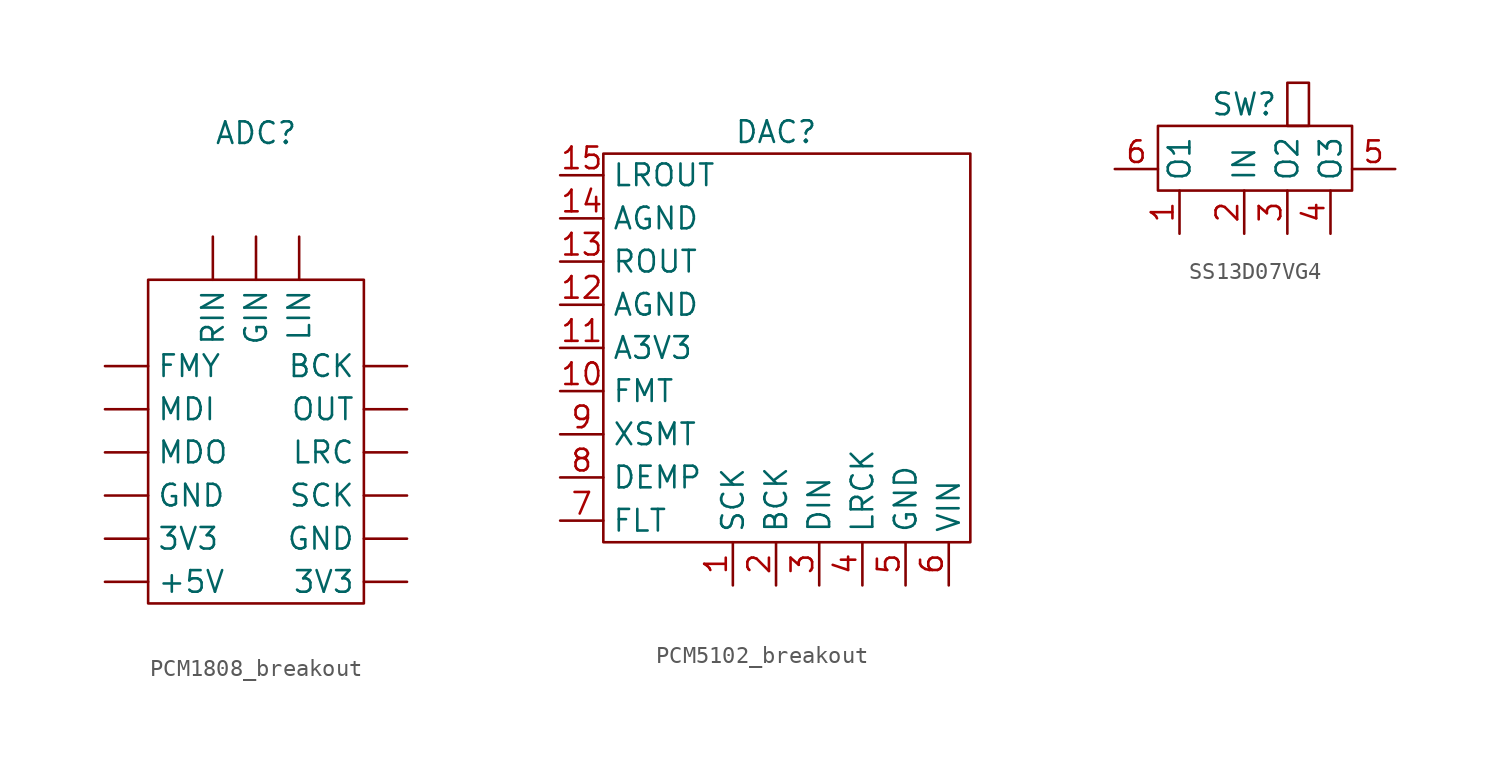
<source format=kicad_sym>
(kicad_symbol_lib
  (version 20231120)
  (generator "kicad_symbol_editor")
  (generator_version "8.0")
  (symbol "PCM1808_breakout"
    (property "Reference" "ADC"
      (at 0 7.366 0)
      (effects (font (size 1.27 1.27))))
    (property "Value" ""
      (at 0 0 0)
      (effects (font (size 1.27 1.27))))
    (symbol "PCM1808_breakout_0_1"
      (rectangle (start 6.35 -20.32) (end -6.35 -1.27) (stroke (width 0) (type default)) (fill (type none))))
    (symbol "PCM1808_breakout_1_1"
      (pin power_in line (at -8.89 -19.05 0) (length 2.54) (name "+5V" (effects (font (size 1.27 1.27)))) (number "" (effects (font (size 1.27 1.27)))))
      (pin power_in line (at -8.89 -16.51 0) (length 2.54) (name "3V3" (effects (font (size 1.27 1.27)))) (number "" (effects (font (size 1.27 1.27)))))
      (pin power_in line (at 8.89 -19.05 180) (length 2.54) (name "3V3" (effects (font (size 1.27 1.27)))) (number "" (effects (font (size 1.27 1.27)))))
      (pin output line (at 8.89 -6.35 180) (length 2.54) (name "BCK" (effects (font (size 1.27 1.27)))) (number "" (effects (font (size 1.27 1.27)))))
      (pin input line (at -8.89 -6.35 0) (length 2.54) (name "FMY" (effects (font (size 1.27 1.27)))) (number "" (effects (font (size 1.27 1.27)))))
      (pin input line (at 0 1.27 270) (length 2.54) (name "GIN" (effects (font (size 1.27 1.27)))) (number "" (effects (font (size 1.27 1.27)))))
      (pin power_in line (at -8.89 -13.97 0) (length 2.54) (name "GND" (effects (font (size 1.27 1.27)))) (number "" (effects (font (size 1.27 1.27)))))
      (pin power_in line (at 8.89 -16.51 180) (length 2.54) (name "GND" (effects (font (size 1.27 1.27)))) (number "" (effects (font (size 1.27 1.27)))))
      (pin input line (at 2.54 1.27 270) (length 2.54) (name "LIN" (effects (font (size 1.27 1.27)))) (number "" (effects (font (size 1.27 1.27)))))
      (pin output line (at 8.89 -11.43 180) (length 2.54) (name "LRC" (effects (font (size 1.27 1.27)))) (number "" (effects (font (size 1.27 1.27)))))
      (pin input line (at -8.89 -8.89 0) (length 2.54) (name "MDI" (effects (font (size 1.27 1.27)))) (number "" (effects (font (size 1.27 1.27)))))
      (pin output line (at -8.89 -11.43 0) (length 2.54) (name "MDO" (effects (font (size 1.27 1.27)))) (number "" (effects (font (size 1.27 1.27)))))
      (pin output line (at 8.89 -8.89 180) (length 2.54) (name "OUT" (effects (font (size 1.27 1.27)))) (number "" (effects (font (size 1.27 1.27)))))
      (pin input line (at -2.54 1.27 270) (length 2.54) (name "RIN" (effects (font (size 1.27 1.27)))) (number "" (effects (font (size 1.27 1.27)))))
      (pin output line (at 8.89 -13.97 180) (length 2.54) (name "SCK" (effects (font (size 1.27 1.27)))) (number "" (effects (font (size 1.27 1.27)))))))
  (symbol "PCM5102_breakout"
    (property "Reference" "DAC"
      (at 0 0 0)
      (effects (font (size 1.27 1.27))))
    (property "Value" ""
      (at 0 0 0)
      (effects (font (size 1.27 1.27))))
    (symbol "PCM5102_breakout_0_1"
      (rectangle (start -10.16 -1.27) (end 11.43 -24.13) (stroke (width 0) (type default)) (fill (type none))))
    (symbol "PCM5102_breakout_1_1"
      (pin input line (at -2.54 -26.67 90) (length 2.54) (name "SCK" (effects (font (size 1.27 1.27)))) (number "1" (effects (font (size 1.27 1.27)))))
      (pin input line (at -12.7 -15.24 0) (length 2.54) (name "FMT" (effects (font (size 1.27 1.27)))) (number "10" (effects (font (size 1.27 1.27)))))
      (pin power_in line (at -12.7 -12.7 0) (length 2.54) (name "A3V3" (effects (font (size 1.27 1.27)))) (number "11" (effects (font (size 1.27 1.27)))))
      (pin power_in line (at -12.7 -10.16 0) (length 2.54) (name "AGND" (effects (font (size 1.27 1.27)))) (number "12" (effects (font (size 1.27 1.27)))))
      (pin output line (at -12.7 -7.62 0) (length 2.54) (name "ROUT" (effects (font (size 1.27 1.27)))) (number "13" (effects (font (size 1.27 1.27)))))
      (pin power_in line (at -12.7 -5.08 0) (length 2.54) (name "AGND" (effects (font (size 1.27 1.27)))) (number "14" (effects (font (size 1.27 1.27)))))
      (pin output line (at -12.7 -2.54 0) (length 2.54) (name "LROUT" (effects (font (size 1.27 1.27)))) (number "15" (effects (font (size 1.27 1.27)))))
      (pin input line (at 0 -26.67 90) (length 2.54) (name "BCK" (effects (font (size 1.27 1.27)))) (number "2" (effects (font (size 1.27 1.27)))))
      (pin input line (at 2.54 -26.67 90) (length 2.54) (name "DIN" (effects (font (size 1.27 1.27)))) (number "3" (effects (font (size 1.27 1.27)))))
      (pin input line (at 5.08 -26.67 90) (length 2.54) (name "LRCK" (effects (font (size 1.27 1.27)))) (number "4" (effects (font (size 1.27 1.27)))))
      (pin power_in line (at 7.62 -26.67 90) (length 2.54) (name "GND" (effects (font (size 1.27 1.27)))) (number "5" (effects (font (size 1.27 1.27)))))
      (pin power_in line (at 10.16 -26.67 90) (length 2.54) (name "VIN" (effects (font (size 1.27 1.27)))) (number "6" (effects (font (size 1.27 1.27)))))
      (pin input line (at -12.7 -22.86 0) (length 2.54) (name "FLT" (effects (font (size 1.27 1.27)))) (number "7" (effects (font (size 1.27 1.27)))))
      (pin input line (at -12.7 -20.32 0) (length 2.54) (name "DEMP" (effects (font (size 1.27 1.27)))) (number "8" (effects (font (size 1.27 1.27)))))
      (pin input line (at -12.7 -17.78 0) (length 2.54) (name "XSMT" (effects (font (size 1.27 1.27)))) (number "9" (effects (font (size 1.27 1.27)))))))
  (symbol "SS13D07VG4"
    (property "Reference" "SW"
      (at 0 0 0)
      (effects (font (size 1.27 1.27))))
    (property "Value" ""
      (at 0 0 0)
      (effects (font (size 1.27 1.27))))
    (symbol "SS13D07VG4_0_1"
      (rectangle (start -5.08 -5.08) (end 6.35 -1.27) (stroke (width 0) (type default)) (fill (type none)))
      (rectangle (start 2.54 -1.27) (end 3.81 1.27) (stroke (width 0) (type default)) (fill (type none))))
    (symbol "SS13D07VG4_1_1"
      (pin passive line (at -3.81 -7.62 90) (length 2.54) (name "O1" (effects (font (size 1.27 1.27)))) (number "1" (effects (font (size 1.27 1.27)))))
      (pin passive line (at 0 -7.62 90) (length 2.54) (name "IN" (effects (font (size 1.27 1.27)))) (number "2" (effects (font (size 1.27 1.27)))))
      (pin passive line (at 2.54 -7.62 90) (length 2.54) (name "O2" (effects (font (size 1.27 1.27)))) (number "3" (effects (font (size 1.27 1.27)))))
      (pin passive line (at 5.08 -7.62 90) (length 2.54) (name "O3" (effects (font (size 1.27 1.27)))) (number "4" (effects (font (size 1.27 1.27)))))
      (pin passive line (at 8.89 -3.81 180) (length 2.54) (name "" (effects (font (size 1.27 1.27)))) (number "5" (effects (font (size 1.27 1.27)))))
      (pin passive line (at -7.62 -3.81 0) (length 2.54) (name "" (effects (font (size 1.27 1.27)))) (number "6" (effects (font (size 1.27 1.27))))))))
</source>
